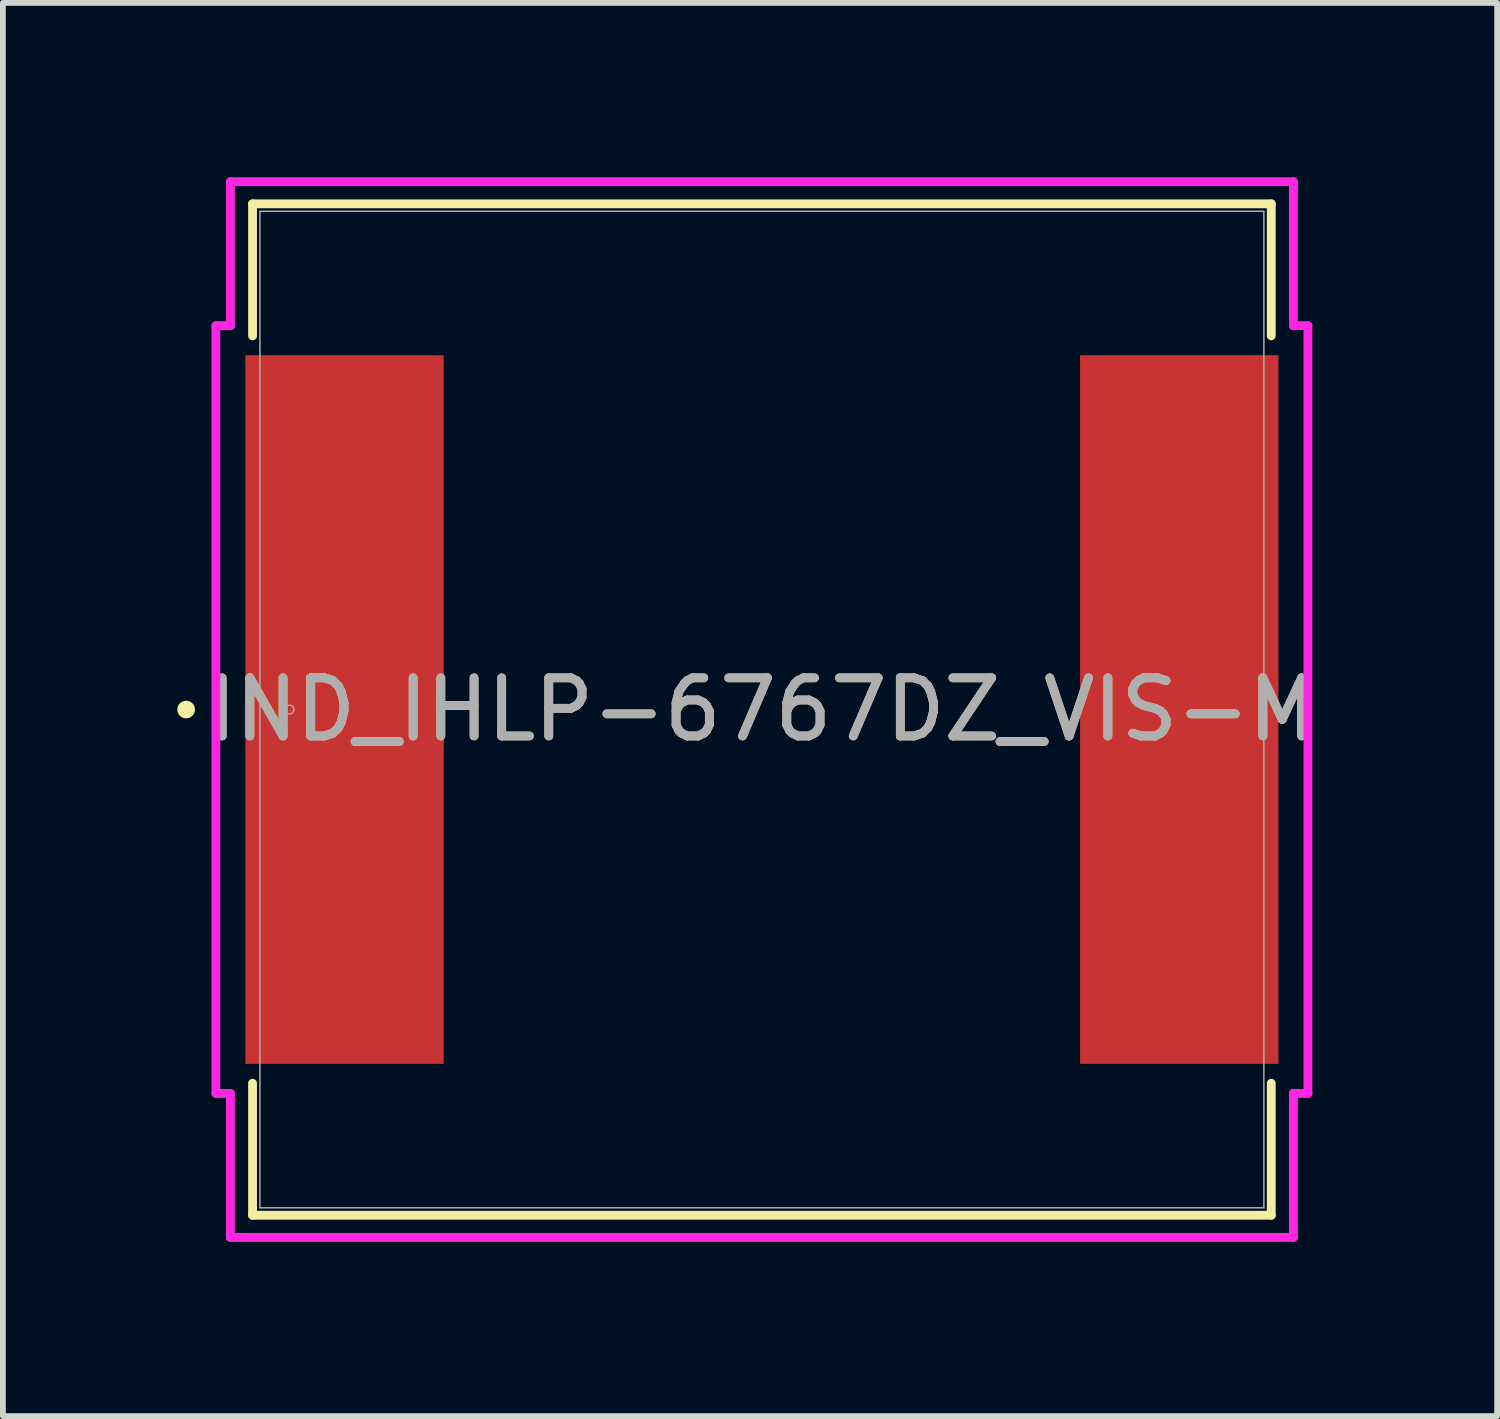
<source format=kicad_pcb>
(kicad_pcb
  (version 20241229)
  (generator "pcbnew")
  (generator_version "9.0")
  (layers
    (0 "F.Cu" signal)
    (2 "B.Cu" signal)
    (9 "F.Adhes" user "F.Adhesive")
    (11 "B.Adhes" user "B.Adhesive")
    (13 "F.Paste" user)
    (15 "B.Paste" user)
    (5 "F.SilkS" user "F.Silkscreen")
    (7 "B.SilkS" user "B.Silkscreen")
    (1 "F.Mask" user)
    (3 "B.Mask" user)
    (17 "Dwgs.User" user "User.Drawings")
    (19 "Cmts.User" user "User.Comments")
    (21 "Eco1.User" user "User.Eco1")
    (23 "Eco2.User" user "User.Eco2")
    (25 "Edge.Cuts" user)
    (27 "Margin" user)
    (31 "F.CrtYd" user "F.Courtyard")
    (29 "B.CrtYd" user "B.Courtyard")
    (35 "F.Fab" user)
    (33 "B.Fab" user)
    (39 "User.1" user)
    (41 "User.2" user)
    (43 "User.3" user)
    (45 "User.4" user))
  (footprint "IND_IHLP-6767DZ_VIS-M"
    (layer "F.Cu")
    (at 10.058 9.157)
    (property "Reference" "IND_IHLP-6767DZ_VIS-M" (at 0 0 0) (unlocked yes) (layer "F.SilkS") (effects (font (size 1 1) (thickness 0.15))))
    (attr smd)
    (fp_line (start -8.763 -8.7) (end -8.763 -6.429) (stroke (width 0.152) (type solid)) (layer "F.SilkS"))
    (fp_line (start -8.763 6.429) (end -8.763 8.7) (stroke (width 0.152) (type solid)) (layer "F.SilkS"))
    (fp_line (start -8.763 8.7) (end 8.763 8.7) (stroke (width 0.152) (type solid)) (layer "F.SilkS"))
    (fp_line (start 8.763 -8.7) (end -8.763 -8.7) (stroke (width 0.152) (type solid)) (layer "F.SilkS"))
    (fp_line (start 8.763 -6.429) (end 8.763 -8.7) (stroke (width 0.152) (type solid)) (layer "F.SilkS"))
    (fp_line (start 8.763 8.7) (end 8.763 6.429) (stroke (width 0.152) (type solid)) (layer "F.SilkS"))
    (fp_circle (center -9.906 0) (end -9.83 0) (stroke (width 0.152) (type solid)) (fill no) (layer "F.SilkS"))
    (fp_line (start -9.394 -6.604) (end -9.144 -6.604) (stroke (width 0.152) (type solid)) (layer "F.CrtYd"))
    (fp_line (start -9.394 6.604) (end -9.394 -6.604) (stroke (width 0.152) (type solid)) (layer "F.CrtYd"))
    (fp_line (start -9.144 -9.081) (end 9.144 -9.081) (stroke (width 0.152) (type solid)) (layer "F.CrtYd"))
    (fp_line (start -9.144 -6.604) (end -9.144 -9.081) (stroke (width 0.152) (type solid)) (layer "F.CrtYd"))
    (fp_line (start -9.144 6.604) (end -9.394 6.604) (stroke (width 0.152) (type solid)) (layer "F.CrtYd"))
    (fp_line (start -9.144 9.081) (end -9.144 6.604) (stroke (width 0.152) (type solid)) (layer "F.CrtYd"))
    (fp_line (start 9.144 -9.081) (end 9.144 -6.604) (stroke (width 0.152) (type solid)) (layer "F.CrtYd"))
    (fp_line (start 9.144 -6.604) (end 9.394 -6.604) (stroke (width 0.152) (type solid)) (layer "F.CrtYd"))
    (fp_line (start 9.144 6.604) (end 9.144 9.081) (stroke (width 0.152) (type solid)) (layer "F.CrtYd"))
    (fp_line (start 9.144 9.081) (end -9.144 9.081) (stroke (width 0.152) (type solid)) (layer "F.CrtYd"))
    (fp_line (start 9.394 -6.604) (end 9.394 6.604) (stroke (width 0.152) (type solid)) (layer "F.CrtYd"))
    (fp_line (start 9.394 6.604) (end 9.144 6.604) (stroke (width 0.152) (type solid)) (layer "F.CrtYd"))
    (fp_line (start -8.636 -8.572) (end -8.636 8.572) (stroke (width 0.025) (type solid)) (layer "F.Fab"))
    (fp_line (start -8.636 8.572) (end 8.636 8.572) (stroke (width 0.025) (type solid)) (layer "F.Fab"))
    (fp_line (start 8.636 -8.572) (end -8.636 -8.572) (stroke (width 0.025) (type solid)) (layer "F.Fab"))
    (fp_line (start 8.636 8.572) (end 8.636 -8.572) (stroke (width 0.025) (type solid)) (layer "F.Fab"))
    (fp_circle (center -8.128 0) (end -8.052 0) (stroke (width 0.025) (type solid)) (fill no) (layer "F.Fab"))
    (fp_text user "${REFERENCE}" (at 0 0 0) (unlocked yes) (layer "F.Fab") (effects (font (size 1 1) (thickness 0.15))))
    (pad "1" smd rect (at -7.18 0 90) (size 12.192 3.412) (layers "F.Cu" "F.Mask" "F.Paste"))
    (pad "2" smd rect (at 7.18 0 90) (size 12.192 3.412) (layers "F.Cu" "F.Mask" "F.Paste"))
    (zone (net_name "") (layer "F.Cu") (hatch full 0.508) (connect_pads) (min_thickness 0.254) (filled_areas_thickness no) (keepout (tracks not_allowed) (vias not_allowed) (pads allowed) (copperpour not_allowed) (footprints allowed)) (placement (enabled no)) (fill) (polygon (pts (xy 1.473 0.635) (xy 18.644 0.635) (xy 18.644 3.01) (xy 1.473 3.01))))
    (zone (net_name "") (layer "F.Cu") (hatch full 0.508) (connect_pads) (min_thickness 0.254) (filled_areas_thickness no) (keepout (tracks not_allowed) (vias not_allowed) (pads allowed) (copperpour not_allowed) (footprints allowed)) (placement (enabled no)) (fill) (polygon (pts (xy 1.473 15.303) (xy 18.644 15.303) (xy 18.644 17.678) (xy 1.473 17.678))))
    (zone (net_name "") (layer "F.Cu") (hatch full 0.508) (connect_pads) (min_thickness 0.254) (filled_areas_thickness no) (keepout (tracks not_allowed) (vias not_allowed) (pads allowed) (copperpour not_allowed) (footprints allowed)) (placement (enabled no)) (fill) (polygon (pts (xy 4.635 3.01) (xy 15.481 3.01) (xy 15.481 15.303) (xy 4.635 15.303)))))
  (gr_rect
    (start -3 -3)
    (end 22.707 21.313)
    (stroke (width 0.1) (type default))
    (fill no)
    (layer "Edge.Cuts")))
</source>
